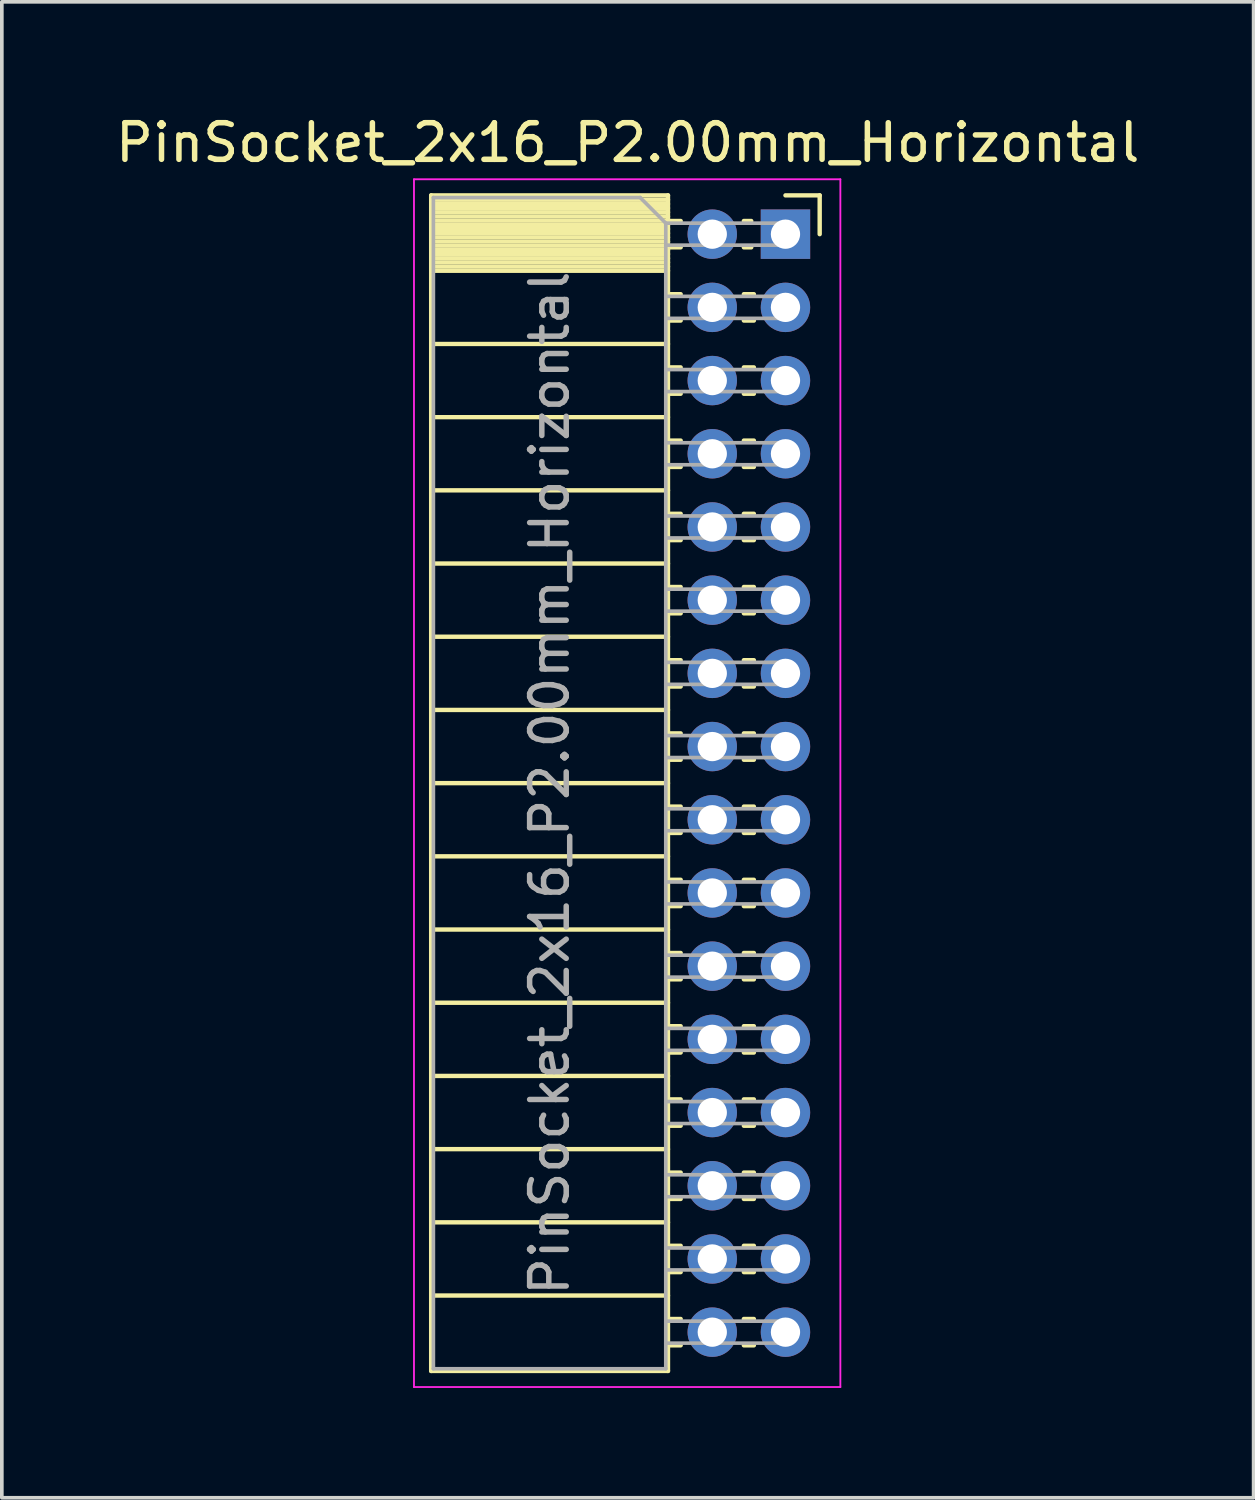
<source format=kicad_pcb>
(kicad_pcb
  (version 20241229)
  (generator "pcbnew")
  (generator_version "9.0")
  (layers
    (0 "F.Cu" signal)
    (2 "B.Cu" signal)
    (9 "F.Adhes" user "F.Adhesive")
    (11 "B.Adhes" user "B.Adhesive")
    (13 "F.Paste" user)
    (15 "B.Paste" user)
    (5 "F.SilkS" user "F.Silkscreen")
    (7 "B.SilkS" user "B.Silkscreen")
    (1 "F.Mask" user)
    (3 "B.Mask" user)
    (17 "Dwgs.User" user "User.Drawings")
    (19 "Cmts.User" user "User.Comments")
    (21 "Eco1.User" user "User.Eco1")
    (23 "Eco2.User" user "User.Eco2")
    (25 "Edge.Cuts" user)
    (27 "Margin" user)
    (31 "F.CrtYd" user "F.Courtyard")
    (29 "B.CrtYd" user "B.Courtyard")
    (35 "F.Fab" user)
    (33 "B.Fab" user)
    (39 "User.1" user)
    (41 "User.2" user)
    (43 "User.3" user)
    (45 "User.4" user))
  (footprint "PinSocket_2x16_P2.00mm_Horizontal"
    (layer "F.Cu")
    (at 18.411 3.348)
    (property "Reference" "PinSocket_2x16_P2.00mm_Horizontal" (at -4.31 -2.5 0) (layer "F.SilkS") (effects (font (size 1 1) (thickness 0.15))))
    (attr through_hole)
    (fp_line (start -9.68 -1.06) (end -9.68 31.06) (stroke (width 0.12) (type solid)) (layer "F.SilkS"))
    (fp_line (start -9.68 -1.06) (end -3.21 -1.06) (stroke (width 0.12) (type solid)) (layer "F.SilkS"))
    (fp_line (start -9.68 -0.94) (end -3.21 -0.94) (stroke (width 0.12) (type solid)) (layer "F.SilkS"))
    (fp_line (start -9.68 -0.826) (end -3.21 -0.826) (stroke (width 0.12) (type solid)) (layer "F.SilkS"))
    (fp_line (start -9.68 -0.712) (end -3.21 -0.712) (stroke (width 0.12) (type solid)) (layer "F.SilkS"))
    (fp_line (start -9.68 -0.598) (end -3.21 -0.598) (stroke (width 0.12) (type solid)) (layer "F.SilkS"))
    (fp_line (start -9.68 -0.484) (end -3.21 -0.484) (stroke (width 0.12) (type solid)) (layer "F.SilkS"))
    (fp_line (start -9.68 -0.369) (end -3.21 -0.369) (stroke (width 0.12) (type solid)) (layer "F.SilkS"))
    (fp_line (start -9.68 -0.255) (end -3.21 -0.255) (stroke (width 0.12) (type solid)) (layer "F.SilkS"))
    (fp_line (start -9.68 -0.141) (end -3.21 -0.141) (stroke (width 0.12) (type solid)) (layer "F.SilkS"))
    (fp_line (start -9.68 -0.027) (end -3.21 -0.027) (stroke (width 0.12) (type solid)) (layer "F.SilkS"))
    (fp_line (start -9.68 0.087) (end -3.21 0.087) (stroke (width 0.12) (type solid)) (layer "F.SilkS"))
    (fp_line (start -9.68 0.201) (end -3.21 0.201) (stroke (width 0.12) (type solid)) (layer "F.SilkS"))
    (fp_line (start -9.68 0.315) (end -3.21 0.315) (stroke (width 0.12) (type solid)) (layer "F.SilkS"))
    (fp_line (start -9.68 0.429) (end -3.21 0.429) (stroke (width 0.12) (type solid)) (layer "F.SilkS"))
    (fp_line (start -9.68 0.544) (end -3.21 0.544) (stroke (width 0.12) (type solid)) (layer "F.SilkS"))
    (fp_line (start -9.68 0.658) (end -3.21 0.658) (stroke (width 0.12) (type solid)) (layer "F.SilkS"))
    (fp_line (start -9.68 0.772) (end -3.21 0.772) (stroke (width 0.12) (type solid)) (layer "F.SilkS"))
    (fp_line (start -9.68 0.886) (end -3.21 0.886) (stroke (width 0.12) (type solid)) (layer "F.SilkS"))
    (fp_line (start -9.68 1) (end -3.21 1) (stroke (width 0.12) (type solid)) (layer "F.SilkS"))
    (fp_line (start -9.68 3) (end -3.21 3) (stroke (width 0.12) (type solid)) (layer "F.SilkS"))
    (fp_line (start -9.68 5) (end -3.21 5) (stroke (width 0.12) (type solid)) (layer "F.SilkS"))
    (fp_line (start -9.68 7) (end -3.21 7) (stroke (width 0.12) (type solid)) (layer "F.SilkS"))
    (fp_line (start -9.68 9) (end -3.21 9) (stroke (width 0.12) (type solid)) (layer "F.SilkS"))
    (fp_line (start -9.68 11) (end -3.21 11) (stroke (width 0.12) (type solid)) (layer "F.SilkS"))
    (fp_line (start -9.68 13) (end -3.21 13) (stroke (width 0.12) (type solid)) (layer "F.SilkS"))
    (fp_line (start -9.68 15) (end -3.21 15) (stroke (width 0.12) (type solid)) (layer "F.SilkS"))
    (fp_line (start -9.68 17) (end -3.21 17) (stroke (width 0.12) (type solid)) (layer "F.SilkS"))
    (fp_line (start -9.68 19) (end -3.21 19) (stroke (width 0.12) (type solid)) (layer "F.SilkS"))
    (fp_line (start -9.68 21) (end -3.21 21) (stroke (width 0.12) (type solid)) (layer "F.SilkS"))
    (fp_line (start -9.68 23) (end -3.21 23) (stroke (width 0.12) (type solid)) (layer "F.SilkS"))
    (fp_line (start -9.68 25) (end -3.21 25) (stroke (width 0.12) (type solid)) (layer "F.SilkS"))
    (fp_line (start -9.68 27) (end -3.21 27) (stroke (width 0.12) (type solid)) (layer "F.SilkS"))
    (fp_line (start -9.68 29) (end -3.21 29) (stroke (width 0.12) (type solid)) (layer "F.SilkS"))
    (fp_line (start -9.68 31.06) (end -3.21 31.06) (stroke (width 0.12) (type solid)) (layer "F.SilkS"))
    (fp_line (start -3.21 -1.06) (end -3.21 31.06) (stroke (width 0.12) (type solid)) (layer "F.SilkS"))
    (fp_line (start -3.21 -0.36) (end -2.863 -0.36) (stroke (width 0.12) (type solid)) (layer "F.SilkS"))
    (fp_line (start -3.21 0.36) (end -2.863 0.36) (stroke (width 0.12) (type solid)) (layer "F.SilkS"))
    (fp_line (start -3.21 1.64) (end -2.863 1.64) (stroke (width 0.12) (type solid)) (layer "F.SilkS"))
    (fp_line (start -3.21 2.36) (end -2.863 2.36) (stroke (width 0.12) (type solid)) (layer "F.SilkS"))
    (fp_line (start -3.21 3.64) (end -2.863 3.64) (stroke (width 0.12) (type solid)) (layer "F.SilkS"))
    (fp_line (start -3.21 4.36) (end -2.863 4.36) (stroke (width 0.12) (type solid)) (layer "F.SilkS"))
    (fp_line (start -3.21 5.64) (end -2.863 5.64) (stroke (width 0.12) (type solid)) (layer "F.SilkS"))
    (fp_line (start -3.21 6.36) (end -2.863 6.36) (stroke (width 0.12) (type solid)) (layer "F.SilkS"))
    (fp_line (start -3.21 7.64) (end -2.863 7.64) (stroke (width 0.12) (type solid)) (layer "F.SilkS"))
    (fp_line (start -3.21 8.36) (end -2.863 8.36) (stroke (width 0.12) (type solid)) (layer "F.SilkS"))
    (fp_line (start -3.21 9.64) (end -2.863 9.64) (stroke (width 0.12) (type solid)) (layer "F.SilkS"))
    (fp_line (start -3.21 10.36) (end -2.863 10.36) (stroke (width 0.12) (type solid)) (layer "F.SilkS"))
    (fp_line (start -3.21 11.64) (end -2.863 11.64) (stroke (width 0.12) (type solid)) (layer "F.SilkS"))
    (fp_line (start -3.21 12.36) (end -2.863 12.36) (stroke (width 0.12) (type solid)) (layer "F.SilkS"))
    (fp_line (start -3.21 13.64) (end -2.863 13.64) (stroke (width 0.12) (type solid)) (layer "F.SilkS"))
    (fp_line (start -3.21 14.36) (end -2.863 14.36) (stroke (width 0.12) (type solid)) (layer "F.SilkS"))
    (fp_line (start -3.21 15.64) (end -2.863 15.64) (stroke (width 0.12) (type solid)) (layer "F.SilkS"))
    (fp_line (start -3.21 16.36) (end -2.863 16.36) (stroke (width 0.12) (type solid)) (layer "F.SilkS"))
    (fp_line (start -3.21 17.64) (end -2.863 17.64) (stroke (width 0.12) (type solid)) (layer "F.SilkS"))
    (fp_line (start -3.21 18.36) (end -2.863 18.36) (stroke (width 0.12) (type solid)) (layer "F.SilkS"))
    (fp_line (start -3.21 19.64) (end -2.863 19.64) (stroke (width 0.12) (type solid)) (layer "F.SilkS"))
    (fp_line (start -3.21 20.36) (end -2.863 20.36) (stroke (width 0.12) (type solid)) (layer "F.SilkS"))
    (fp_line (start -3.21 21.64) (end -2.863 21.64) (stroke (width 0.12) (type solid)) (layer "F.SilkS"))
    (fp_line (start -3.21 22.36) (end -2.863 22.36) (stroke (width 0.12) (type solid)) (layer "F.SilkS"))
    (fp_line (start -3.21 23.64) (end -2.863 23.64) (stroke (width 0.12) (type solid)) (layer "F.SilkS"))
    (fp_line (start -3.21 24.36) (end -2.863 24.36) (stroke (width 0.12) (type solid)) (layer "F.SilkS"))
    (fp_line (start -3.21 25.64) (end -2.863 25.64) (stroke (width 0.12) (type solid)) (layer "F.SilkS"))
    (fp_line (start -3.21 26.36) (end -2.863 26.36) (stroke (width 0.12) (type solid)) (layer "F.SilkS"))
    (fp_line (start -3.21 27.64) (end -2.863 27.64) (stroke (width 0.12) (type solid)) (layer "F.SilkS"))
    (fp_line (start -3.21 28.36) (end -2.863 28.36) (stroke (width 0.12) (type solid)) (layer "F.SilkS"))
    (fp_line (start -3.21 29.64) (end -2.863 29.64) (stroke (width 0.12) (type solid)) (layer "F.SilkS"))
    (fp_line (start -3.21 30.36) (end -2.863 30.36) (stroke (width 0.12) (type solid)) (layer "F.SilkS"))
    (fp_line (start -1.137 -0.36) (end -0.935 -0.36) (stroke (width 0.12) (type solid)) (layer "F.SilkS"))
    (fp_line (start -1.137 0.36) (end -0.935 0.36) (stroke (width 0.12) (type solid)) (layer "F.SilkS"))
    (fp_line (start -1.137 1.64) (end -0.863 1.64) (stroke (width 0.12) (type solid)) (layer "F.SilkS"))
    (fp_line (start -1.137 2.36) (end -0.863 2.36) (stroke (width 0.12) (type solid)) (layer "F.SilkS"))
    (fp_line (start -1.137 3.64) (end -0.863 3.64) (stroke (width 0.12) (type solid)) (layer "F.SilkS"))
    (fp_line (start -1.137 4.36) (end -0.863 4.36) (stroke (width 0.12) (type solid)) (layer "F.SilkS"))
    (fp_line (start -1.137 5.64) (end -0.863 5.64) (stroke (width 0.12) (type solid)) (layer "F.SilkS"))
    (fp_line (start -1.137 6.36) (end -0.863 6.36) (stroke (width 0.12) (type solid)) (layer "F.SilkS"))
    (fp_line (start -1.137 7.64) (end -0.863 7.64) (stroke (width 0.12) (type solid)) (layer "F.SilkS"))
    (fp_line (start -1.137 8.36) (end -0.863 8.36) (stroke (width 0.12) (type solid)) (layer "F.SilkS"))
    (fp_line (start -1.137 9.64) (end -0.863 9.64) (stroke (width 0.12) (type solid)) (layer "F.SilkS"))
    (fp_line (start -1.137 10.36) (end -0.863 10.36) (stroke (width 0.12) (type solid)) (layer "F.SilkS"))
    (fp_line (start -1.137 11.64) (end -0.863 11.64) (stroke (width 0.12) (type solid)) (layer "F.SilkS"))
    (fp_line (start -1.137 12.36) (end -0.863 12.36) (stroke (width 0.12) (type solid)) (layer "F.SilkS"))
    (fp_line (start -1.137 13.64) (end -0.863 13.64) (stroke (width 0.12) (type solid)) (layer "F.SilkS"))
    (fp_line (start -1.137 14.36) (end -0.863 14.36) (stroke (width 0.12) (type solid)) (layer "F.SilkS"))
    (fp_line (start -1.137 15.64) (end -0.863 15.64) (stroke (width 0.12) (type solid)) (layer "F.SilkS"))
    (fp_line (start -1.137 16.36) (end -0.863 16.36) (stroke (width 0.12) (type solid)) (layer "F.SilkS"))
    (fp_line (start -1.137 17.64) (end -0.863 17.64) (stroke (width 0.12) (type solid)) (layer "F.SilkS"))
    (fp_line (start -1.137 18.36) (end -0.863 18.36) (stroke (width 0.12) (type solid)) (layer "F.SilkS"))
    (fp_line (start -1.137 19.64) (end -0.863 19.64) (stroke (width 0.12) (type solid)) (layer "F.SilkS"))
    (fp_line (start -1.137 20.36) (end -0.863 20.36) (stroke (width 0.12) (type solid)) (layer "F.SilkS"))
    (fp_line (start -1.137 21.64) (end -0.863 21.64) (stroke (width 0.12) (type solid)) (layer "F.SilkS"))
    (fp_line (start -1.137 22.36) (end -0.863 22.36) (stroke (width 0.12) (type solid)) (layer "F.SilkS"))
    (fp_line (start -1.137 23.64) (end -0.863 23.64) (stroke (width 0.12) (type solid)) (layer "F.SilkS"))
    (fp_line (start -1.137 24.36) (end -0.863 24.36) (stroke (width 0.12) (type solid)) (layer "F.SilkS"))
    (fp_line (start -1.137 25.64) (end -0.863 25.64) (stroke (width 0.12) (type solid)) (layer "F.SilkS"))
    (fp_line (start -1.137 26.36) (end -0.863 26.36) (stroke (width 0.12) (type solid)) (layer "F.SilkS"))
    (fp_line (start -1.137 27.64) (end -0.863 27.64) (stroke (width 0.12) (type solid)) (layer "F.SilkS"))
    (fp_line (start -1.137 28.36) (end -0.863 28.36) (stroke (width 0.12) (type solid)) (layer "F.SilkS"))
    (fp_line (start -1.137 29.64) (end -0.863 29.64) (stroke (width 0.12) (type solid)) (layer "F.SilkS"))
    (fp_line (start -1.137 30.36) (end -0.863 30.36) (stroke (width 0.12) (type solid)) (layer "F.SilkS"))
    (fp_line (start 0 -1.06) (end 0.935 -1.06) (stroke (width 0.12) (type solid)) (layer "F.SilkS"))
    (fp_line (start 0.935 -1.06) (end 0.935 0) (stroke (width 0.12) (type solid)) (layer "F.SilkS"))
    (fp_line (start -10.15 -1.5) (end -10.15 31.5) (stroke (width 0.05) (type solid)) (layer "F.CrtYd"))
    (fp_line (start -10.15 31.5) (end 1.5 31.5) (stroke (width 0.05) (type solid)) (layer "F.CrtYd"))
    (fp_line (start 1.5 -1.5) (end -10.15 -1.5) (stroke (width 0.05) (type solid)) (layer "F.CrtYd"))
    (fp_line (start 1.5 31.5) (end 1.5 -1.5) (stroke (width 0.05) (type solid)) (layer "F.CrtYd"))
    (fp_line (start -9.62 -1) (end -3.97 -1) (stroke (width 0.1) (type solid)) (layer "F.Fab"))
    (fp_line (start -9.62 31) (end -9.62 -1) (stroke (width 0.1) (type solid)) (layer "F.Fab"))
    (fp_line (start -3.97 -1) (end -3.27 -0.3) (stroke (width 0.1) (type solid)) (layer "F.Fab"))
    (fp_line (start -3.27 -0.3) (end -3.27 31) (stroke (width 0.1) (type solid)) (layer "F.Fab"))
    (fp_line (start -3.27 0.3) (end 0 0.3) (stroke (width 0.1) (type solid)) (layer "F.Fab"))
    (fp_line (start -3.27 2.3) (end 0 2.3) (stroke (width 0.1) (type solid)) (layer "F.Fab"))
    (fp_line (start -3.27 4.3) (end 0 4.3) (stroke (width 0.1) (type solid)) (layer "F.Fab"))
    (fp_line (start -3.27 6.3) (end 0 6.3) (stroke (width 0.1) (type solid)) (layer "F.Fab"))
    (fp_line (start -3.27 8.3) (end 0 8.3) (stroke (width 0.1) (type solid)) (layer "F.Fab"))
    (fp_line (start -3.27 10.3) (end 0 10.3) (stroke (width 0.1) (type solid)) (layer "F.Fab"))
    (fp_line (start -3.27 12.3) (end 0 12.3) (stroke (width 0.1) (type solid)) (layer "F.Fab"))
    (fp_line (start -3.27 14.3) (end 0 14.3) (stroke (width 0.1) (type solid)) (layer "F.Fab"))
    (fp_line (start -3.27 16.3) (end 0 16.3) (stroke (width 0.1) (type solid)) (layer "F.Fab"))
    (fp_line (start -3.27 18.3) (end 0 18.3) (stroke (width 0.1) (type solid)) (layer "F.Fab"))
    (fp_line (start -3.27 20.3) (end 0 20.3) (stroke (width 0.1) (type solid)) (layer "F.Fab"))
    (fp_line (start -3.27 22.3) (end 0 22.3) (stroke (width 0.1) (type solid)) (layer "F.Fab"))
    (fp_line (start -3.27 24.3) (end 0 24.3) (stroke (width 0.1) (type solid)) (layer "F.Fab"))
    (fp_line (start -3.27 26.3) (end 0 26.3) (stroke (width 0.1) (type solid)) (layer "F.Fab"))
    (fp_line (start -3.27 28.3) (end 0 28.3) (stroke (width 0.1) (type solid)) (layer "F.Fab"))
    (fp_line (start -3.27 30.3) (end 0 30.3) (stroke (width 0.1) (type solid)) (layer "F.Fab"))
    (fp_line (start -3.27 31) (end -9.62 31) (stroke (width 0.1) (type solid)) (layer "F.Fab"))
    (fp_line (start 0 -0.3) (end -3.27 -0.3) (stroke (width 0.1) (type solid)) (layer "F.Fab"))
    (fp_line (start 0 0.3) (end 0 -0.3) (stroke (width 0.1) (type solid)) (layer "F.Fab"))
    (fp_line (start 0 1.7) (end -3.27 1.7) (stroke (width 0.1) (type solid)) (layer "F.Fab"))
    (fp_line (start 0 2.3) (end 0 1.7) (stroke (width 0.1) (type solid)) (layer "F.Fab"))
    (fp_line (start 0 3.7) (end -3.27 3.7) (stroke (width 0.1) (type solid)) (layer "F.Fab"))
    (fp_line (start 0 4.3) (end 0 3.7) (stroke (width 0.1) (type solid)) (layer "F.Fab"))
    (fp_line (start 0 5.7) (end -3.27 5.7) (stroke (width 0.1) (type solid)) (layer "F.Fab"))
    (fp_line (start 0 6.3) (end 0 5.7) (stroke (width 0.1) (type solid)) (layer "F.Fab"))
    (fp_line (start 0 7.7) (end -3.27 7.7) (stroke (width 0.1) (type solid)) (layer "F.Fab"))
    (fp_line (start 0 8.3) (end 0 7.7) (stroke (width 0.1) (type solid)) (layer "F.Fab"))
    (fp_line (start 0 9.7) (end -3.27 9.7) (stroke (width 0.1) (type solid)) (layer "F.Fab"))
    (fp_line (start 0 10.3) (end 0 9.7) (stroke (width 0.1) (type solid)) (layer "F.Fab"))
    (fp_line (start 0 11.7) (end -3.27 11.7) (stroke (width 0.1) (type solid)) (layer "F.Fab"))
    (fp_line (start 0 12.3) (end 0 11.7) (stroke (width 0.1) (type solid)) (layer "F.Fab"))
    (fp_line (start 0 13.7) (end -3.27 13.7) (stroke (width 0.1) (type solid)) (layer "F.Fab"))
    (fp_line (start 0 14.3) (end 0 13.7) (stroke (width 0.1) (type solid)) (layer "F.Fab"))
    (fp_line (start 0 15.7) (end -3.27 15.7) (stroke (width 0.1) (type solid)) (layer "F.Fab"))
    (fp_line (start 0 16.3) (end 0 15.7) (stroke (width 0.1) (type solid)) (layer "F.Fab"))
    (fp_line (start 0 17.7) (end -3.27 17.7) (stroke (width 0.1) (type solid)) (layer "F.Fab"))
    (fp_line (start 0 18.3) (end 0 17.7) (stroke (width 0.1) (type solid)) (layer "F.Fab"))
    (fp_line (start 0 19.7) (end -3.27 19.7) (stroke (width 0.1) (type solid)) (layer "F.Fab"))
    (fp_line (start 0 20.3) (end 0 19.7) (stroke (width 0.1) (type solid)) (layer "F.Fab"))
    (fp_line (start 0 21.7) (end -3.27 21.7) (stroke (width 0.1) (type solid)) (layer "F.Fab"))
    (fp_line (start 0 22.3) (end 0 21.7) (stroke (width 0.1) (type solid)) (layer "F.Fab"))
    (fp_line (start 0 23.7) (end -3.27 23.7) (stroke (width 0.1) (type solid)) (layer "F.Fab"))
    (fp_line (start 0 24.3) (end 0 23.7) (stroke (width 0.1) (type solid)) (layer "F.Fab"))
    (fp_line (start 0 25.7) (end -3.27 25.7) (stroke (width 0.1) (type solid)) (layer "F.Fab"))
    (fp_line (start 0 26.3) (end 0 25.7) (stroke (width 0.1) (type solid)) (layer "F.Fab"))
    (fp_line (start 0 27.7) (end -3.27 27.7) (stroke (width 0.1) (type solid)) (layer "F.Fab"))
    (fp_line (start 0 28.3) (end 0 27.7) (stroke (width 0.1) (type solid)) (layer "F.Fab"))
    (fp_line (start 0 29.7) (end -3.27 29.7) (stroke (width 0.1) (type solid)) (layer "F.Fab"))
    (fp_line (start 0 30.3) (end 0 29.7) (stroke (width 0.1) (type solid)) (layer "F.Fab"))
    (fp_text user "${REFERENCE}" (at -6.445 15 90) (layer "F.Fab") (effects (font (size 1 1) (thickness 0.15))))
    (pad "1" thru_hole rect (at 0 0) (size 1.35 1.35) (drill 0.8) (layers "*.Cu" "*.Mask"))
    (pad "2" thru_hole circle (at -2 0) (size 1.35 1.35) (drill 0.8) (layers "*.Cu" "*.Mask"))
    (pad "3" thru_hole circle (at 0 2) (size 1.35 1.35) (drill 0.8) (layers "*.Cu" "*.Mask"))
    (pad "4" thru_hole circle (at -2 2) (size 1.35 1.35) (drill 0.8) (layers "*.Cu" "*.Mask"))
    (pad "5" thru_hole circle (at 0 4) (size 1.35 1.35) (drill 0.8) (layers "*.Cu" "*.Mask"))
    (pad "6" thru_hole circle (at -2 4) (size 1.35 1.35) (drill 0.8) (layers "*.Cu" "*.Mask"))
    (pad "7" thru_hole circle (at 0 6) (size 1.35 1.35) (drill 0.8) (layers "*.Cu" "*.Mask"))
    (pad "8" thru_hole circle (at -2 6) (size 1.35 1.35) (drill 0.8) (layers "*.Cu" "*.Mask"))
    (pad "9" thru_hole circle (at 0 8) (size 1.35 1.35) (drill 0.8) (layers "*.Cu" "*.Mask"))
    (pad "10" thru_hole circle (at -2 8) (size 1.35 1.35) (drill 0.8) (layers "*.Cu" "*.Mask"))
    (pad "11" thru_hole circle (at 0 10) (size 1.35 1.35) (drill 0.8) (layers "*.Cu" "*.Mask"))
    (pad "12" thru_hole circle (at -2 10) (size 1.35 1.35) (drill 0.8) (layers "*.Cu" "*.Mask"))
    (pad "13" thru_hole circle (at 0 12) (size 1.35 1.35) (drill 0.8) (layers "*.Cu" "*.Mask"))
    (pad "14" thru_hole circle (at -2 12) (size 1.35 1.35) (drill 0.8) (layers "*.Cu" "*.Mask"))
    (pad "15" thru_hole circle (at 0 14) (size 1.35 1.35) (drill 0.8) (layers "*.Cu" "*.Mask"))
    (pad "16" thru_hole circle (at -2 14) (size 1.35 1.35) (drill 0.8) (layers "*.Cu" "*.Mask"))
    (pad "17" thru_hole circle (at 0 16) (size 1.35 1.35) (drill 0.8) (layers "*.Cu" "*.Mask"))
    (pad "18" thru_hole circle (at -2 16) (size 1.35 1.35) (drill 0.8) (layers "*.Cu" "*.Mask"))
    (pad "19" thru_hole circle (at 0 18) (size 1.35 1.35) (drill 0.8) (layers "*.Cu" "*.Mask"))
    (pad "20" thru_hole circle (at -2 18) (size 1.35 1.35) (drill 0.8) (layers "*.Cu" "*.Mask"))
    (pad "21" thru_hole circle (at 0 20) (size 1.35 1.35) (drill 0.8) (layers "*.Cu" "*.Mask"))
    (pad "22" thru_hole circle (at -2 20) (size 1.35 1.35) (drill 0.8) (layers "*.Cu" "*.Mask"))
    (pad "23" thru_hole circle (at 0 22) (size 1.35 1.35) (drill 0.8) (layers "*.Cu" "*.Mask"))
    (pad "24" thru_hole circle (at -2 22) (size 1.35 1.35) (drill 0.8) (layers "*.Cu" "*.Mask"))
    (pad "25" thru_hole circle (at 0 24) (size 1.35 1.35) (drill 0.8) (layers "*.Cu" "*.Mask"))
    (pad "26" thru_hole circle (at -2 24) (size 1.35 1.35) (drill 0.8) (layers "*.Cu" "*.Mask"))
    (pad "27" thru_hole circle (at 0 26) (size 1.35 1.35) (drill 0.8) (layers "*.Cu" "*.Mask"))
    (pad "28" thru_hole circle (at -2 26) (size 1.35 1.35) (drill 0.8) (layers "*.Cu" "*.Mask"))
    (pad "29" thru_hole circle (at 0 28) (size 1.35 1.35) (drill 0.8) (layers "*.Cu" "*.Mask"))
    (pad "30" thru_hole circle (at -2 28) (size 1.35 1.35) (drill 0.8) (layers "*.Cu" "*.Mask"))
    (pad "31" thru_hole circle (at 0 30) (size 1.35 1.35) (drill 0.8) (layers "*.Cu" "*.Mask"))
    (pad "32" thru_hole circle (at -2 30) (size 1.35 1.35) (drill 0.8) (layers "*.Cu" "*.Mask")))
  (gr_rect
    (start -3 -3)
    (end 31.202 37.873)
    (stroke (width 0.1) (type default))
    (fill no)
    (layer "Edge.Cuts")))
</source>
